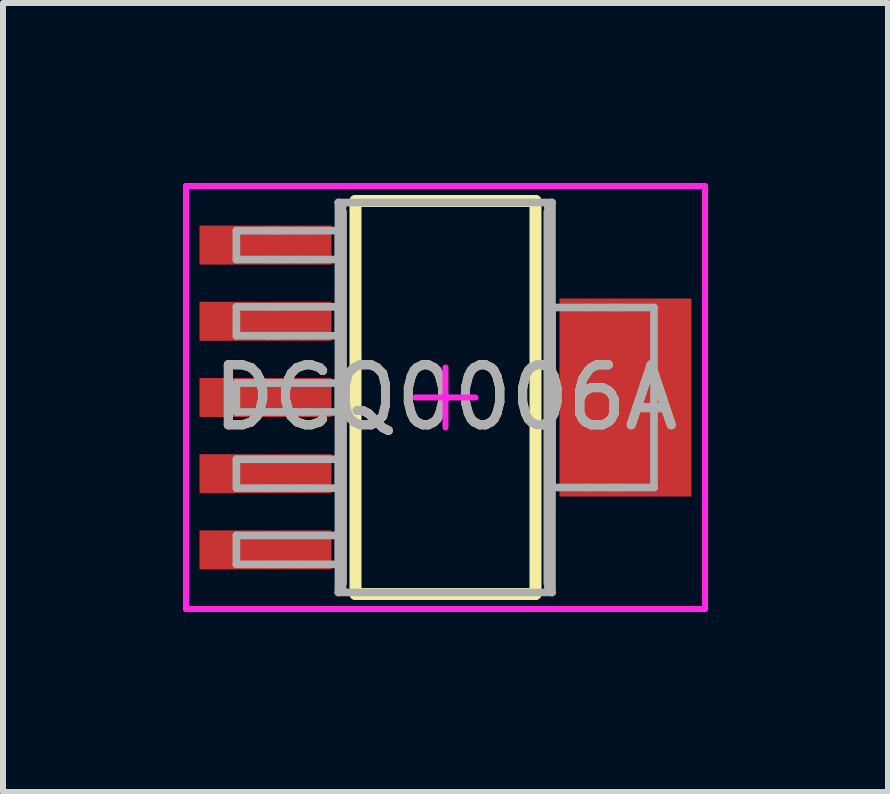
<source format=kicad_pcb>
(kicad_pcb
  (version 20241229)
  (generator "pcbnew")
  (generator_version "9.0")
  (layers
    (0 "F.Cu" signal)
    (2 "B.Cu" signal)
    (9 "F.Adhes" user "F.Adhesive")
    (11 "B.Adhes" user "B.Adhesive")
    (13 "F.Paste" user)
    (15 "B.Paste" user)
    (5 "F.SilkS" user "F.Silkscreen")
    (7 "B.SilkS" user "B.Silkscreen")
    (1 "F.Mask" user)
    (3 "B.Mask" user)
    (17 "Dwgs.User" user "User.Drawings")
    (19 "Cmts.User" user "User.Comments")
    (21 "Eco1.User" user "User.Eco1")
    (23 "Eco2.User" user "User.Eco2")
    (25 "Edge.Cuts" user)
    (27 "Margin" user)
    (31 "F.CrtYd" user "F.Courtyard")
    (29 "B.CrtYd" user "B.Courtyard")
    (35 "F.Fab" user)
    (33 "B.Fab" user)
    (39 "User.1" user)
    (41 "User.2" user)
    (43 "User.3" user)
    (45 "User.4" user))
  (footprint "DCQ0006A"
    (layer "F.Cu")
    (at 4.375 3.575)
    (property "Reference" "DCQ0006A" (at 0 0 0) (unlocked yes) (layer "F.SilkS") (effects (font (size 1 1) (thickness 0.15))))
    (attr smd)
    (fp_line (start -1.5 -3.275) (end 1.5 -3.275) (stroke (width 0.2) (type solid)) (layer "F.SilkS"))
    (fp_line (start -1.5 3.275) (end -1.5 -3.275) (stroke (width 0.2) (type solid)) (layer "F.SilkS"))
    (fp_line (start -1.5 3.275) (end 1.5 3.275) (stroke (width 0.2) (type solid)) (layer "F.SilkS"))
    (fp_line (start 1.5 3.275) (end 1.5 -3.275) (stroke (width 0.2) (type solid)) (layer "F.SilkS"))
    (fp_line (start -4.325 -3.525) (end 4.325 -3.525) (stroke (width 0.1) (type solid)) (layer "F.CrtYd"))
    (fp_line (start -4.325 3.525) (end -4.325 -3.525) (stroke (width 0.1) (type solid)) (layer "F.CrtYd"))
    (fp_line (start -4.325 3.525) (end 4.325 3.525) (stroke (width 0.1) (type solid)) (layer "F.CrtYd"))
    (fp_line (start -0.5 0) (end 0.5 0) (stroke (width 0.1) (type solid)) (layer "F.CrtYd"))
    (fp_line (start 0 0.5) (end 0 -0.5) (stroke (width 0.1) (type solid)) (layer "F.CrtYd"))
    (fp_line (start 4.325 3.525) (end 4.325 -3.525) (stroke (width 0.1) (type solid)) (layer "F.CrtYd"))
    (fp_line (start -3.485 -2.781) (end -2.951 -2.781) (stroke (width 0.127) (type solid)) (layer "F.Fab"))
    (fp_line (start -3.485 -2.299) (end -3.485 -2.781) (stroke (width 0.127) (type solid)) (layer "F.Fab"))
    (fp_line (start -3.485 -2.299) (end -2.951 -2.299) (stroke (width 0.127) (type solid)) (layer "F.Fab"))
    (fp_line (start -3.485 -1.511) (end -2.951 -1.511) (stroke (width 0.127) (type solid)) (layer "F.Fab"))
    (fp_line (start -3.485 -1.029) (end -3.485 -1.511) (stroke (width 0.127) (type solid)) (layer "F.Fab"))
    (fp_line (start -3.485 -1.029) (end -2.951 -1.029) (stroke (width 0.127) (type solid)) (layer "F.Fab"))
    (fp_line (start -3.485 -0.241) (end -2.951 -0.241) (stroke (width 0.127) (type solid)) (layer "F.Fab"))
    (fp_line (start -3.485 0.241) (end -3.485 -0.241) (stroke (width 0.127) (type solid)) (layer "F.Fab"))
    (fp_line (start -3.485 0.241) (end -2.951 0.241) (stroke (width 0.127) (type solid)) (layer "F.Fab"))
    (fp_line (start -3.485 1.029) (end -2.951 1.029) (stroke (width 0.127) (type solid)) (layer "F.Fab"))
    (fp_line (start -3.485 1.511) (end -3.485 1.029) (stroke (width 0.127) (type solid)) (layer "F.Fab"))
    (fp_line (start -3.485 1.511) (end -2.951 1.511) (stroke (width 0.127) (type solid)) (layer "F.Fab"))
    (fp_line (start -3.485 2.299) (end -2.951 2.299) (stroke (width 0.127) (type solid)) (layer "F.Fab"))
    (fp_line (start -3.485 2.781) (end -3.485 2.299) (stroke (width 0.127) (type solid)) (layer "F.Fab"))
    (fp_line (start -3.485 2.781) (end -2.951 2.781) (stroke (width 0.127) (type solid)) (layer "F.Fab"))
    (fp_line (start -2.951 -2.781) (end -2.834 -2.781) (stroke (width 0.127) (type solid)) (layer "F.Fab"))
    (fp_line (start -2.951 -2.299) (end -2.834 -2.299) (stroke (width 0.127) (type solid)) (layer "F.Fab"))
    (fp_line (start -2.951 -1.511) (end -2.834 -1.511) (stroke (width 0.127) (type solid)) (layer "F.Fab"))
    (fp_line (start -2.951 -1.029) (end -2.834 -1.029) (stroke (width 0.127) (type solid)) (layer "F.Fab"))
    (fp_line (start -2.951 -0.241) (end -2.834 -0.241) (stroke (width 0.127) (type solid)) (layer "F.Fab"))
    (fp_line (start -2.951 0.241) (end -2.834 0.241) (stroke (width 0.127) (type solid)) (layer "F.Fab"))
    (fp_line (start -2.951 1.029) (end -2.834 1.029) (stroke (width 0.127) (type solid)) (layer "F.Fab"))
    (fp_line (start -2.951 1.511) (end -2.834 1.511) (stroke (width 0.127) (type solid)) (layer "F.Fab"))
    (fp_line (start -2.951 2.299) (end -2.834 2.299) (stroke (width 0.127) (type solid)) (layer "F.Fab"))
    (fp_line (start -2.951 2.781) (end -2.834 2.781) (stroke (width 0.127) (type solid)) (layer "F.Fab"))
    (fp_line (start -2.834 -2.781) (end -2.758 -2.781) (stroke (width 0.127) (type solid)) (layer "F.Fab"))
    (fp_line (start -2.834 -2.299) (end -2.758 -2.299) (stroke (width 0.127) (type solid)) (layer "F.Fab"))
    (fp_line (start -2.834 -1.511) (end -2.758 -1.511) (stroke (width 0.127) (type solid)) (layer "F.Fab"))
    (fp_line (start -2.834 -1.029) (end -2.758 -1.029) (stroke (width 0.127) (type solid)) (layer "F.Fab"))
    (fp_line (start -2.834 -0.241) (end -2.758 -0.241) (stroke (width 0.127) (type solid)) (layer "F.Fab"))
    (fp_line (start -2.834 0.241) (end -2.758 0.241) (stroke (width 0.127) (type solid)) (layer "F.Fab"))
    (fp_line (start -2.834 1.029) (end -2.758 1.029) (stroke (width 0.127) (type solid)) (layer "F.Fab"))
    (fp_line (start -2.834 1.511) (end -2.758 1.511) (stroke (width 0.127) (type solid)) (layer "F.Fab"))
    (fp_line (start -2.834 2.299) (end -2.758 2.299) (stroke (width 0.127) (type solid)) (layer "F.Fab"))
    (fp_line (start -2.834 2.781) (end -2.758 2.781) (stroke (width 0.127) (type solid)) (layer "F.Fab"))
    (fp_line (start -2.758 -2.781) (end -2.364 -2.781) (stroke (width 0.127) (type solid)) (layer "F.Fab"))
    (fp_line (start -2.758 -2.299) (end -2.364 -2.299) (stroke (width 0.127) (type solid)) (layer "F.Fab"))
    (fp_line (start -2.758 -1.511) (end -2.364 -1.511) (stroke (width 0.127) (type solid)) (layer "F.Fab"))
    (fp_line (start -2.758 -1.029) (end -2.364 -1.029) (stroke (width 0.127) (type solid)) (layer "F.Fab"))
    (fp_line (start -2.758 -0.241) (end -2.364 -0.241) (stroke (width 0.127) (type solid)) (layer "F.Fab"))
    (fp_line (start -2.758 0.241) (end -2.364 0.241) (stroke (width 0.127) (type solid)) (layer "F.Fab"))
    (fp_line (start -2.758 1.029) (end -2.364 1.029) (stroke (width 0.127) (type solid)) (layer "F.Fab"))
    (fp_line (start -2.758 1.511) (end -2.364 1.511) (stroke (width 0.127) (type solid)) (layer "F.Fab"))
    (fp_line (start -2.758 2.299) (end -2.364 2.299) (stroke (width 0.127) (type solid)) (layer "F.Fab"))
    (fp_line (start -2.758 2.781) (end -2.364 2.781) (stroke (width 0.127) (type solid)) (layer "F.Fab"))
    (fp_line (start -2.364 -2.781) (end -1.785 -2.781) (stroke (width 0.127) (type solid)) (layer "F.Fab"))
    (fp_line (start -2.364 -2.299) (end -1.785 -2.299) (stroke (width 0.127) (type solid)) (layer "F.Fab"))
    (fp_line (start -2.364 -1.511) (end -1.785 -1.511) (stroke (width 0.127) (type solid)) (layer "F.Fab"))
    (fp_line (start -2.364 -1.029) (end -1.785 -1.029) (stroke (width 0.127) (type solid)) (layer "F.Fab"))
    (fp_line (start -2.364 -0.241) (end -1.785 -0.241) (stroke (width 0.127) (type solid)) (layer "F.Fab"))
    (fp_line (start -2.364 0.241) (end -1.785 0.241) (stroke (width 0.127) (type solid)) (layer "F.Fab"))
    (fp_line (start -2.364 1.029) (end -1.785 1.029) (stroke (width 0.127) (type solid)) (layer "F.Fab"))
    (fp_line (start -2.364 1.511) (end -1.785 1.511) (stroke (width 0.127) (type solid)) (layer "F.Fab"))
    (fp_line (start -2.364 2.299) (end -1.785 2.299) (stroke (width 0.127) (type solid)) (layer "F.Fab"))
    (fp_line (start -2.364 2.781) (end -1.785 2.781) (stroke (width 0.127) (type solid)) (layer "F.Fab"))
    (fp_line (start -1.785 -3.25) (end -1.713 -3.178) (stroke (width 0.127) (type solid)) (layer "F.Fab"))
    (fp_line (start -1.785 -3.25) (end 1.775 -3.25) (stroke (width 0.127) (type solid)) (layer "F.Fab"))
    (fp_line (start -1.785 -2.299) (end -1.785 -2.781) (stroke (width 0.127) (type solid)) (layer "F.Fab"))
    (fp_line (start -1.785 -1.029) (end -1.785 -1.511) (stroke (width 0.127) (type solid)) (layer "F.Fab"))
    (fp_line (start -1.785 0.241) (end -1.785 -0.241) (stroke (width 0.127) (type solid)) (layer "F.Fab"))
    (fp_line (start -1.785 1.511) (end -1.785 1.029) (stroke (width 0.127) (type solid)) (layer "F.Fab"))
    (fp_line (start -1.785 2.781) (end -1.785 2.299) (stroke (width 0.127) (type solid)) (layer "F.Fab"))
    (fp_line (start -1.785 3.25) (end -1.785 -3.25) (stroke (width 0.127) (type solid)) (layer "F.Fab"))
    (fp_line (start -1.785 3.25) (end -1.713 3.178) (stroke (width 0.127) (type solid)) (layer "F.Fab"))
    (fp_line (start -1.785 3.25) (end 1.775 3.25) (stroke (width 0.127) (type solid)) (layer "F.Fab"))
    (fp_line (start -1.707 3.102) (end -1.707 -3.102) (stroke (width 0.127) (type solid)) (layer "F.Fab"))
    (fp_line (start 1.697 3.102) (end 1.697 -3.102) (stroke (width 0.127) (type solid)) (layer "F.Fab"))
    (fp_line (start 1.703 -3.178) (end 1.775 -3.25) (stroke (width 0.127) (type solid)) (layer "F.Fab"))
    (fp_line (start 1.703 3.178) (end 1.775 3.25) (stroke (width 0.127) (type solid)) (layer "F.Fab"))
    (fp_line (start 1.775 -1.5) (end 2.354 -1.5) (stroke (width 0.127) (type solid)) (layer "F.Fab"))
    (fp_line (start 1.775 1.5) (end 1.775 -1.5) (stroke (width 0.127) (type solid)) (layer "F.Fab"))
    (fp_line (start 1.775 1.5) (end 2.354 1.5) (stroke (width 0.127) (type solid)) (layer "F.Fab"))
    (fp_line (start 1.775 3.25) (end 1.775 -3.25) (stroke (width 0.127) (type solid)) (layer "F.Fab"))
    (fp_line (start 2.354 -1.5) (end 2.748 -1.5) (stroke (width 0.127) (type solid)) (layer "F.Fab"))
    (fp_line (start 2.354 1.5) (end 2.748 1.5) (stroke (width 0.127) (type solid)) (layer "F.Fab"))
    (fp_line (start 2.748 -1.5) (end 2.824 -1.5) (stroke (width 0.127) (type solid)) (layer "F.Fab"))
    (fp_line (start 2.748 1.5) (end 2.824 1.5) (stroke (width 0.127) (type solid)) (layer "F.Fab"))
    (fp_line (start 2.824 -1.5) (end 2.941 -1.5) (stroke (width 0.127) (type solid)) (layer "F.Fab"))
    (fp_line (start 2.824 1.5) (end 2.941 1.5) (stroke (width 0.127) (type solid)) (layer "F.Fab"))
    (fp_line (start 2.941 -1.5) (end 3.475 -1.5) (stroke (width 0.127) (type solid)) (layer "F.Fab"))
    (fp_line (start 2.941 1.5) (end 3.475 1.5) (stroke (width 0.127) (type solid)) (layer "F.Fab"))
    (fp_line (start 3.475 1.5) (end 3.475 -1.5) (stroke (width 0.127) (type solid)) (layer "F.Fab"))
    (fp_text user "${REFERENCE}" (at 0 0 0) (unlocked yes) (layer "F.Fab") (effects (font (size 1 1) (thickness 0.15))))
    (pad "1" smd rect (at -3 -2.54 90) (size 0.65 2.2) (layers "F.Cu" "F.Mask" "F.Paste"))
    (pad "2" smd rect (at -3 -1.27 90) (size 0.65 2.2) (layers "F.Cu" "F.Mask" "F.Paste"))
    (pad "3" smd rect (at -3 0 90) (size 0.65 2.2) (layers "F.Cu" "F.Mask" "F.Paste"))
    (pad "4" smd rect (at -3 1.27 90) (size 0.65 2.2) (layers "F.Cu" "F.Mask" "F.Paste"))
    (pad "5" smd rect (at -3 2.54 90) (size 0.65 2.2) (layers "F.Cu" "F.Mask" "F.Paste"))
    (pad "6" smd rect (at 3 0 90) (size 3.3 2.2) (layers "F.Cu" "F.Mask" "F.Paste")))
  (gr_rect
    (start -3 -3)
    (end 11.75 10.15)
    (stroke (width 0.1) (type default))
    (fill no)
    (layer "Edge.Cuts")))
</source>
